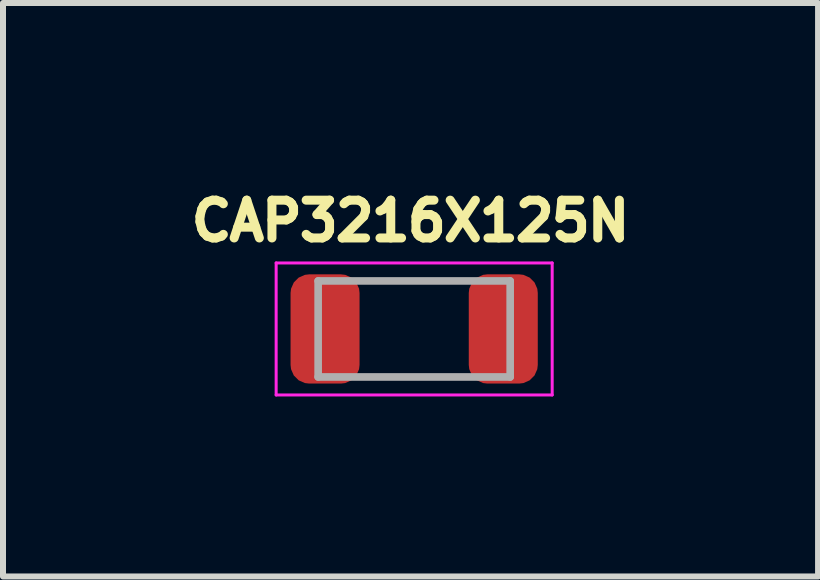
<source format=kicad_pcb>
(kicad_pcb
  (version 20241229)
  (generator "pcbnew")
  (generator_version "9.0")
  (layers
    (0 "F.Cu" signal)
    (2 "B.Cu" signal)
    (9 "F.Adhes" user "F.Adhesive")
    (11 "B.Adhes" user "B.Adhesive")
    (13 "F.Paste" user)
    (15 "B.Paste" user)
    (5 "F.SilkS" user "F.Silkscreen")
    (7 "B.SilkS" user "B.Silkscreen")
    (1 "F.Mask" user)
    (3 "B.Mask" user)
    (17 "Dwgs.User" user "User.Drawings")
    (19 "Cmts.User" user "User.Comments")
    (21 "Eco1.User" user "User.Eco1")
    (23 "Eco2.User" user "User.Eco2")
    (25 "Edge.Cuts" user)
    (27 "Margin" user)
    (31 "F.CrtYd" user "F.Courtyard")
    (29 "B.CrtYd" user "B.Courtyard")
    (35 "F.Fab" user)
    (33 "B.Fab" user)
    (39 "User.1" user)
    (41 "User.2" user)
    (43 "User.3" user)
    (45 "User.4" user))
  (footprint "CAP3216X125N"
    (layer "F.Cu")
    (at 3.852 2.432)
    (property "Reference" "CAP3216X125N" (at -0.06 -1.8 0) (layer "F.SilkS") (effects (font (size 0.63 0.63) (thickness 0.15))))
    (attr smd)
    (fp_line (start -2.3 -1.1) (end -2.3 1.1) (stroke (width 0.05) (type solid)) (layer "F.CrtYd"))
    (fp_line (start -2.3 1.1) (end 2.3 1.1) (stroke (width 0.05) (type solid)) (layer "F.CrtYd"))
    (fp_line (start 2.3 -1.1) (end -2.3 -1.1) (stroke (width 0.05) (type solid)) (layer "F.CrtYd"))
    (fp_line (start 2.3 1.1) (end 2.3 -1.1) (stroke (width 0.05) (type solid)) (layer "F.CrtYd"))
    (fp_line (start -1.6 -0.8) (end -1.6 0.8) (stroke (width 0.127) (type solid)) (layer "F.Fab"))
    (fp_line (start -1.6 0.8) (end 1.6 0.8) (stroke (width 0.127) (type solid)) (layer "F.Fab"))
    (fp_line (start 1.6 -0.8) (end -1.6 -0.8) (stroke (width 0.127) (type solid)) (layer "F.Fab"))
    (fp_line (start 1.6 0.8) (end 1.6 -0.8) (stroke (width 0.127) (type solid)) (layer "F.Fab"))
    (pad "1" smd roundrect (at -1.485 0) (size 1.15 1.82) (layers "F.Cu" "F.Mask" "F.Paste") (roundrect_rratio 0.27))
    (pad "2" smd roundrect (at 1.485 0) (size 1.15 1.82) (layers "F.Cu" "F.Mask" "F.Paste") (roundrect_rratio 0.27)))
  (gr_rect
    (start -3 -3)
    (end 10.583 6.557)
    (stroke (width 0.1) (type default))
    (fill no)
    (layer "Edge.Cuts")))
</source>
